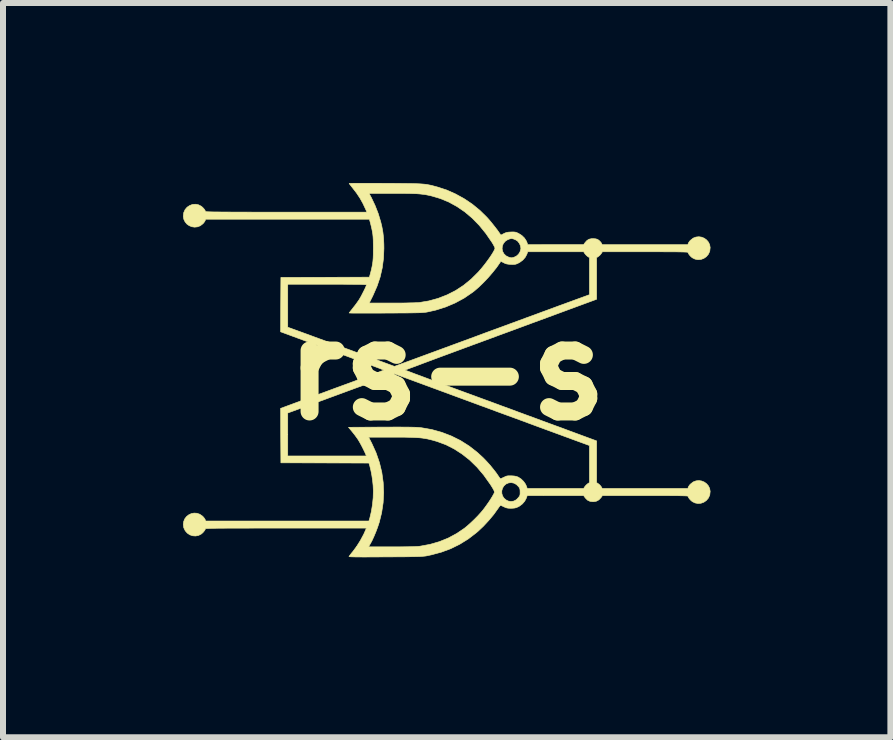
<source format=kicad_pcb>
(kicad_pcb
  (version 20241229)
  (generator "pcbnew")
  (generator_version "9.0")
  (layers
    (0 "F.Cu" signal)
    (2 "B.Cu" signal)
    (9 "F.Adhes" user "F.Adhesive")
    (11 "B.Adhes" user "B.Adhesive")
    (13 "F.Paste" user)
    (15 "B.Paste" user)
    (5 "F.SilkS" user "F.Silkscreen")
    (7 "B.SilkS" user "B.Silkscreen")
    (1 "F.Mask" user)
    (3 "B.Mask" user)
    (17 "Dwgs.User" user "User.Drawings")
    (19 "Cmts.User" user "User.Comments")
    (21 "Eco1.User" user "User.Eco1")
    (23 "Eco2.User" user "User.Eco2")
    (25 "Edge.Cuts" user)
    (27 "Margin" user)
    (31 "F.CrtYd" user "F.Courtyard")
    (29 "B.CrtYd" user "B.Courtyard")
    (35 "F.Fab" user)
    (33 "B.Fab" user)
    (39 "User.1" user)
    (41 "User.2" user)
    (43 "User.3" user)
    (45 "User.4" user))
  (footprint "rs-s"
    (layer "F.Cu")
    (at 4.396 3.119)
    (property "Reference" "rs-s" (at 0 0 0) (layer "F.SilkS") (effects (font (size 1.524 1.524) (thickness 0.3))))
    (attr through_hole)
    (fp_poly (pts (xy -1.288 -3.114) (xy -1.198 -3.114) (xy -1.103 -3.114) (xy -1.022 -3.113) (xy -0.902 -3.113) (xy -0.797 -3.112) (xy -0.706 -3.111) (xy -0.627 -3.11) (xy -0.56 -3.109) (xy -0.502 -3.107) (xy -0.452 -3.105) (xy -0.409 -3.102) (xy -0.372 -3.099) (xy -0.338 -3.095) (xy -0.306 -3.089) (xy -0.275 -3.083) (xy -0.244 -3.076) (xy -0.211 -3.067) (xy -0.174 -3.057) (xy -0.155 -3.052) (xy -0.004 -3.003) (xy 0.145 -2.937) (xy 0.289 -2.858) (xy 0.426 -2.766) (xy 0.553 -2.662) (xy 0.669 -2.548) (xy 0.703 -2.51) (xy 0.736 -2.471) (xy 0.773 -2.425) (xy 0.811 -2.377) (xy 0.846 -2.331) (xy 0.875 -2.29) (xy 0.889 -2.27) (xy 0.902 -2.25) (xy 0.949 -2.274) (xy 0.976 -2.287) (xy 1.002 -2.295) (xy 1.033 -2.3) (xy 1.07 -2.302) (xy 1.107 -2.303) (xy 1.134 -2.301) (xy 1.156 -2.297) (xy 1.179 -2.287) (xy 1.198 -2.278) (xy 1.252 -2.244) (xy 1.296 -2.201) (xy 1.328 -2.151) (xy 1.336 -2.132) (xy 1.35 -2.091) (xy 1.816 -2.092) (xy 2.282 -2.092) (xy 2.307 -2.127) (xy 2.338 -2.161) (xy 2.372 -2.182) (xy 2.414 -2.191) (xy 2.448 -2.191) (xy 2.483 -2.188) (xy 2.508 -2.181) (xy 2.529 -2.169) (xy 2.535 -2.165) (xy 2.557 -2.144) (xy 2.575 -2.122) (xy 2.578 -2.116) (xy 2.591 -2.091) (xy 4.02 -2.091) (xy 4.025 -2.111) (xy 4.034 -2.128) (xy 4.05 -2.151) (xy 4.065 -2.166) (xy 4.108 -2.2) (xy 4.155 -2.218) (xy 4.203 -2.223) (xy 4.249 -2.216) (xy 4.293 -2.198) (xy 4.331 -2.17) (xy 4.361 -2.135) (xy 4.382 -2.092) (xy 4.391 -2.043) (xy 4.385 -1.99) (xy 4.383 -1.979) (xy 4.361 -1.931) (xy 4.327 -1.891) (xy 4.285 -1.862) (xy 4.238 -1.845) (xy 4.188 -1.841) (xy 4.139 -1.85) (xy 4.092 -1.873) (xy 4.09 -1.875) (xy 4.067 -1.895) (xy 4.045 -1.919) (xy 4.029 -1.942) (xy 4.022 -1.96) (xy 4.022 -1.962) (xy 4.019 -1.964) (xy 4.01 -1.965) (xy 3.995 -1.967) (xy 3.972 -1.968) (xy 3.94 -1.969) (xy 3.898 -1.97) (xy 3.846 -1.971) (xy 3.782 -1.972) (xy 3.705 -1.972) (xy 3.615 -1.972) (xy 3.51 -1.973) (xy 3.39 -1.973) (xy 3.308 -1.973) (xy 2.595 -1.973) (xy 2.576 -1.943) (xy 2.555 -1.918) (xy 2.53 -1.896) (xy 2.527 -1.894) (xy 2.498 -1.875) (xy 2.498 -1.528) (xy 2.498 -1.181) (xy 2.153 -1.054) (xy 2.105 -1.036) (xy 2.042 -1.013) (xy 1.966 -0.985) (xy 1.877 -0.952) (xy 1.777 -0.915) (xy 1.668 -0.875) (xy 1.549 -0.831) (xy 1.423 -0.785) (xy 1.291 -0.736) (xy 1.153 -0.685) (xy 1.012 -0.633) (xy 0.867 -0.58) (xy 0.722 -0.526) (xy 0.575 -0.472) (xy 0.557 -0.465) (xy 0.417 -0.414) (xy 0.282 -0.364) (xy 0.152 -0.316) (xy 0.028 -0.27) (xy -0.089 -0.227) (xy -0.199 -0.186) (xy -0.299 -0.149) (xy -0.39 -0.115) (xy -0.471 -0.084) (xy -0.541 -0.058) (xy -0.599 -0.037) (xy -0.644 -0.02) (xy -0.675 -0.008) (xy -0.691 -0.001) (xy -0.694 0) (xy -0.686 0.003) (xy -0.663 0.012) (xy -0.626 0.026) (xy -0.576 0.045) (xy -0.513 0.069) (xy -0.439 0.096) (xy -0.354 0.128) (xy -0.26 0.163) (xy -0.156 0.201) (xy -0.045 0.243) (xy 0.074 0.287) (xy 0.199 0.333) (xy 0.329 0.381) (xy 0.464 0.43) (xy 0.485 0.438) (xy 0.629 0.491) (xy 0.774 0.544) (xy 0.919 0.598) (xy 1.062 0.65) (xy 1.201 0.702) (xy 1.337 0.752) (xy 1.466 0.799) (xy 1.589 0.845) (xy 1.703 0.887) (xy 1.807 0.925) (xy 1.901 0.959) (xy 1.981 0.989) (xy 2.048 1.014) (xy 2.081 1.026) (xy 2.498 1.18) (xy 2.498 1.528) (xy 2.498 1.875) (xy 2.528 1.895) (xy 2.552 1.915) (xy 2.573 1.94) (xy 2.575 1.944) (xy 2.592 1.973) (xy 4.02 1.973) (xy 4.025 1.953) (xy 4.034 1.936) (xy 4.05 1.913) (xy 4.065 1.898) (xy 4.108 1.864) (xy 4.155 1.846) (xy 4.203 1.841) (xy 4.249 1.848) (xy 4.293 1.866) (xy 4.331 1.894) (xy 4.361 1.929) (xy 4.382 1.972) (xy 4.391 2.021) (xy 4.385 2.074) (xy 4.383 2.085) (xy 4.361 2.133) (xy 4.327 2.173) (xy 4.285 2.202) (xy 4.238 2.219) (xy 4.188 2.223) (xy 4.139 2.214) (xy 4.092 2.191) (xy 4.09 2.189) (xy 4.067 2.169) (xy 4.045 2.145) (xy 4.029 2.122) (xy 4.022 2.104) (xy 4.022 2.102) (xy 4.019 2.1) (xy 4.01 2.099) (xy 3.995 2.097) (xy 3.972 2.096) (xy 3.94 2.095) (xy 3.898 2.094) (xy 3.846 2.093) (xy 3.782 2.093) (xy 3.705 2.092) (xy 3.615 2.092) (xy 3.511 2.092) (xy 3.391 2.092) (xy 3.308 2.092) (xy 2.595 2.092) (xy 2.57 2.127) (xy 2.535 2.163) (xy 2.494 2.185) (xy 2.445 2.193) (xy 2.438 2.193) (xy 2.388 2.187) (xy 2.346 2.167) (xy 2.311 2.132) (xy 2.307 2.127) (xy 2.282 2.092) (xy 1.812 2.092) (xy 1.342 2.091) (xy 1.326 2.135) (xy 1.3 2.184) (xy 1.261 2.23) (xy 1.212 2.267) (xy 1.19 2.279) (xy 1.159 2.292) (xy 1.132 2.299) (xy 1.1 2.302) (xy 1.07 2.303) (xy 1.032 2.302) (xy 1.004 2.298) (xy 0.979 2.29) (xy 0.952 2.278) (xy 0.925 2.265) (xy 0.906 2.256) (xy 0.897 2.252) (xy 0.89 2.259) (xy 0.876 2.276) (xy 0.859 2.301) (xy 0.853 2.309) (xy 0.783 2.407) (xy 0.701 2.505) (xy 0.612 2.601) (xy 0.52 2.688) (xy 0.489 2.714) (xy 0.356 2.816) (xy 0.215 2.903) (xy 0.067 2.976) (xy -0.089 3.034) (xy -0.256 3.079) (xy -0.318 3.092) (xy -0.336 3.096) (xy -0.354 3.099) (xy -0.373 3.101) (xy -0.395 3.103) (xy -0.42 3.105) (xy -0.451 3.107) (xy -0.488 3.108) (xy -0.532 3.109) (xy -0.586 3.11) (xy -0.65 3.111) (xy -0.725 3.112) (xy -0.814 3.112) (xy -0.917 3.113) (xy -1.023 3.113) (xy -1.143 3.114) (xy -1.246 3.114) (xy -1.335 3.115) (xy -1.409 3.115) (xy -1.471 3.114) (xy -1.521 3.114) (xy -1.56 3.113) (xy -1.589 3.112) (xy -1.61 3.111) (xy -1.623 3.109) (xy -1.629 3.107) (xy -1.629 3.106) (xy -1.621 3.095) (xy -1.605 3.074) (xy -1.584 3.047) (xy -1.57 3.031) (xy -1.507 2.946) (xy -1.303 2.946) (xy -0.916 2.946) (xy -0.81 2.946) (xy -0.72 2.945) (xy -0.644 2.944) (xy -0.581 2.943) (xy -0.529 2.941) (xy -0.487 2.939) (xy -0.453 2.936) (xy -0.439 2.934) (xy -0.277 2.904) (xy -0.122 2.859) (xy 0.026 2.799) (xy 0.167 2.723) (xy 0.294 2.637) (xy 0.344 2.596) (xy 0.401 2.545) (xy 0.46 2.489) (xy 0.517 2.431) (xy 0.568 2.375) (xy 0.597 2.341) (xy 0.631 2.297) (xy 0.665 2.25) (xy 0.699 2.202) (xy 0.73 2.155) (xy 0.756 2.113) (xy 0.777 2.076) (xy 0.791 2.049) (xy 0.796 2.032) (xy 0.796 2.032) (xy 0.791 2.015) (xy 0.791 2.014) (xy 0.917 2.014) (xy 0.919 2.059) (xy 0.932 2.1) (xy 0.956 2.136) (xy 0.989 2.164) (xy 1.027 2.183) (xy 1.069 2.19) (xy 1.114 2.184) (xy 1.146 2.169) (xy 1.167 2.154) (xy 1.189 2.131) (xy 1.197 2.122) (xy 1.212 2.102) (xy 1.22 2.084) (xy 1.223 2.061) (xy 1.223 2.033) (xy 1.222 2) (xy 1.218 1.977) (xy 1.209 1.958) (xy 1.199 1.944) (xy 1.162 1.907) (xy 1.12 1.884) (xy 1.075 1.875) (xy 1.031 1.88) (xy 0.989 1.898) (xy 0.954 1.929) (xy 0.93 1.968) (xy 0.917 2.014) (xy 0.791 2.014) (xy 0.777 1.986) (xy 0.754 1.947) (xy 0.723 1.898) (xy 0.721 1.896) (xy 0.617 1.75) (xy 0.505 1.618) (xy 0.386 1.502) (xy 0.259 1.401) (xy 0.126 1.315) (xy -0.013 1.244) (xy -0.159 1.19) (xy -0.235 1.168) (xy -0.279 1.157) (xy -0.321 1.147) (xy -0.363 1.14) (xy -0.405 1.133) (xy -0.451 1.128) (xy -0.502 1.125) (xy -0.56 1.122) (xy -0.627 1.12) (xy -0.705 1.118) (xy -0.796 1.118) (xy -0.901 1.118) (xy -0.914 1.118) (xy -1.302 1.118) (xy -1.249 1.221) (xy -1.178 1.378) (xy -1.122 1.54) (xy -1.082 1.705) (xy -1.059 1.872) (xy -1.051 2.041) (xy -1.06 2.21) (xy -1.085 2.377) (xy -1.126 2.542) (xy -1.127 2.544) (xy -1.152 2.619) (xy -1.181 2.696) (xy -1.212 2.77) (xy -1.243 2.838) (xy -1.266 2.881) (xy -1.303 2.946) (xy -1.507 2.946) (xy -1.503 2.941) (xy -1.44 2.841) (xy -1.383 2.735) (xy -1.352 2.665) (xy -1.339 2.633) (xy -2.68 2.633) (xy -2.861 2.633) (xy -3.026 2.633) (xy -3.175 2.633) (xy -3.309 2.634) (xy -3.429 2.634) (xy -3.536 2.634) (xy -3.63 2.634) (xy -3.712 2.635) (xy -3.783 2.635) (xy -3.842 2.636) (xy -3.892 2.637) (xy -3.933 2.638) (xy -3.965 2.639) (xy -3.989 2.64) (xy -4.006 2.641) (xy -4.017 2.642) (xy -4.021 2.644) (xy -4.022 2.644) (xy -4.028 2.661) (xy -4.043 2.683) (xy -4.064 2.708) (xy -4.087 2.728) (xy -4.09 2.731) (xy -4.136 2.755) (xy -4.186 2.765) (xy -4.236 2.761) (xy -4.283 2.745) (xy -4.325 2.716) (xy -4.359 2.677) (xy -4.382 2.629) (xy -4.383 2.626) (xy -4.391 2.572) (xy -4.384 2.523) (xy -4.366 2.479) (xy -4.337 2.441) (xy -4.3 2.412) (xy -4.258 2.392) (xy -4.211 2.383) (xy -4.164 2.386) (xy -4.117 2.402) (xy -4.073 2.432) (xy -4.065 2.439) (xy -4.045 2.462) (xy -4.03 2.484) (xy -4.025 2.495) (xy -4.02 2.515) (xy -1.297 2.515) (xy -1.282 2.466) (xy -1.257 2.36) (xy -1.238 2.245) (xy -1.226 2.127) (xy -1.223 2.013) (xy -1.227 1.923) (xy -1.236 1.837) (xy -1.249 1.75) (xy -1.265 1.669) (xy -1.282 1.599) (xy -1.282 1.598) (xy -1.297 1.549) (xy -2.764 1.545) (xy -2.767 1.092) (xy -2.768 0.715) (xy -2.65 0.715) (xy -2.65 1.073) (xy -2.65 1.431) (xy -1.339 1.431) (xy -1.352 1.399) (xy -1.37 1.359) (xy -1.393 1.312) (xy -1.419 1.261) (xy -1.445 1.213) (xy -1.469 1.172) (xy -1.484 1.148) (xy -1.505 1.119) (xy -1.532 1.082) (xy -1.562 1.044) (xy -1.578 1.024) (xy -1.637 0.953) (xy -1.083 0.95) (xy -0.968 0.95) (xy -0.869 0.949) (xy -0.783 0.949) (xy -0.71 0.95) (xy -0.649 0.95) (xy -0.596 0.951) (xy -0.553 0.952) (xy -0.516 0.953) (xy -0.484 0.955) (xy -0.456 0.957) (xy -0.43 0.96) (xy -0.419 0.961) (xy -0.248 0.991) (xy -0.083 1.037) (xy 0.076 1.098) (xy 0.229 1.174) (xy 0.373 1.265) (xy 0.509 1.371) (xy 0.606 1.46) (xy 0.663 1.519) (xy 0.72 1.582) (xy 0.773 1.647) (xy 0.821 1.708) (xy 0.859 1.763) (xy 0.862 1.767) (xy 0.878 1.791) (xy 0.89 1.807) (xy 0.895 1.812) (xy 0.904 1.808) (xy 0.925 1.799) (xy 0.951 1.786) (xy 0.953 1.786) (xy 0.98 1.773) (xy 1.002 1.765) (xy 1.025 1.762) (xy 1.055 1.762) (xy 1.081 1.762) (xy 1.125 1.765) (xy 1.157 1.771) (xy 1.185 1.781) (xy 1.196 1.786) (xy 1.241 1.816) (xy 1.281 1.855) (xy 1.312 1.899) (xy 1.326 1.929) (xy 1.342 1.973) (xy 1.812 1.973) (xy 2.282 1.973) (xy 2.301 1.943) (xy 2.322 1.918) (xy 2.347 1.896) (xy 2.349 1.894) (xy 2.379 1.875) (xy 2.379 1.566) (xy 2.379 1.257) (xy 2.081 1.148) (xy 2.039 1.132) (xy 1.983 1.112) (xy 1.913 1.086) (xy 1.831 1.056) (xy 1.736 1.021) (xy 1.632 0.983) (xy 1.518 0.941) (xy 1.396 0.896) (xy 1.267 0.848) (xy 1.131 0.798) (xy 0.991 0.747) (xy 0.846 0.694) (xy 0.699 0.639) (xy 0.55 0.585) (xy 0.456 0.55) (xy -0.871 0.061) (xy -1.415 0.262) (xy -1.52 0.3) (xy -1.629 0.34) (xy -1.74 0.381) (xy -1.851 0.422) (xy -1.96 0.462) (xy -2.062 0.5) (xy -2.157 0.534) (xy -2.24 0.565) (xy -2.305 0.589) (xy -2.65 0.715) (xy -2.768 0.715) (xy -2.769 0.638) (xy -2.339 0.479) (xy -2.238 0.442) (xy -2.125 0.4) (xy -2.004 0.356) (xy -1.881 0.31) (xy -1.758 0.265) (xy -1.64 0.222) (xy -1.532 0.182) (xy -1.48 0.162) (xy -1.399 0.133) (xy -1.323 0.104) (xy -1.253 0.078) (xy -1.191 0.055) (xy -1.139 0.035) (xy -1.097 0.019) (xy -1.068 0.008) (xy -1.052 0.001) (xy -1.05 -0.000261) (xy -1.058 -0.004) (xy -1.08 -0.013) (xy -1.115 -0.027) (xy -1.162 -0.045) (xy -1.219 -0.066) (xy -1.285 -0.091) (xy -1.359 -0.118) (xy -1.438 -0.148) (xy -1.501 -0.171) (xy -1.602 -0.209) (xy -1.713 -0.25) (xy -1.83 -0.293) (xy -1.95 -0.337) (xy -2.068 -0.38) (xy -2.18 -0.422) (xy -2.284 -0.46) (xy -2.36 -0.488) (xy -2.769 -0.639) (xy -2.767 -1.092) (xy -2.765 -1.431) (xy -2.65 -1.431) (xy -2.65 -0.715) (xy -2.292 -0.585) (xy -2.217 -0.557) (xy -2.13 -0.525) (xy -2.031 -0.489) (xy -1.925 -0.45) (xy -1.815 -0.409) (xy -1.702 -0.368) (xy -1.59 -0.327) (xy -1.482 -0.287) (xy -1.403 -0.258) (xy -0.871 -0.062) (xy 0.477 -0.558) (xy 0.627 -0.614) (xy 0.776 -0.669) (xy 0.922 -0.722) (xy 1.065 -0.775) (xy 1.204 -0.826) (xy 1.336 -0.875) (xy 1.463 -0.921) (xy 1.581 -0.965) (xy 1.691 -1.005) (xy 1.791 -1.042) (xy 1.88 -1.075) (xy 1.958 -1.103) (xy 2.022 -1.127) (xy 2.073 -1.145) (xy 2.102 -1.156) (xy 2.379 -1.257) (xy 2.379 -1.566) (xy 2.379 -1.875) (xy 2.349 -1.894) (xy 2.325 -1.915) (xy 2.303 -1.94) (xy 2.301 -1.943) (xy 2.282 -1.973) (xy 1.816 -1.973) (xy 1.35 -1.973) (xy 1.336 -1.932) (xy 1.309 -1.881) (xy 1.269 -1.835) (xy 1.218 -1.797) (xy 1.198 -1.786) (xy 1.171 -1.773) (xy 1.148 -1.765) (xy 1.125 -1.762) (xy 1.096 -1.761) (xy 1.07 -1.762) (xy 1.029 -1.765) (xy 0.998 -1.77) (xy 0.973 -1.778) (xy 0.949 -1.79) (xy 0.902 -1.814) (xy 0.889 -1.794) (xy 0.832 -1.712) (xy 0.764 -1.627) (xy 0.691 -1.542) (xy 0.614 -1.461) (xy 0.537 -1.386) (xy 0.463 -1.322) (xy 0.431 -1.297) (xy 0.289 -1.2) (xy 0.139 -1.119) (xy -0.019 -1.052) (xy -0.184 -1) (xy -0.309 -0.972) (xy -0.328 -0.968) (xy -0.346 -0.965) (xy -0.365 -0.963) (xy -0.387 -0.961) (xy -0.413 -0.959) (xy -0.443 -0.957) (xy -0.48 -0.956) (xy -0.525 -0.955) (xy -0.579 -0.954) (xy -0.644 -0.953) (xy -0.72 -0.952) (xy -0.809 -0.952) (xy -0.913 -0.951) (xy -1.014 -0.951) (xy -1.114 -0.95) (xy -1.209 -0.95) (xy -1.298 -0.95) (xy -1.378 -0.95) (xy -1.45 -0.95) (xy -1.511 -0.95) (xy -1.561 -0.95) (xy -1.597 -0.951) (xy -1.619 -0.952) (xy -1.626 -0.952) (xy -1.621 -0.96) (xy -1.607 -0.979) (xy -1.586 -1.005) (xy -1.561 -1.037) (xy -1.556 -1.044) (xy -1.524 -1.084) (xy -1.493 -1.127) (xy -1.464 -1.168) (xy -1.446 -1.198) (xy -1.426 -1.233) (xy -1.406 -1.272) (xy -1.385 -1.313) (xy -1.366 -1.351) (xy -1.351 -1.384) (xy -1.341 -1.409) (xy -1.338 -1.422) (xy -1.343 -1.423) (xy -1.36 -1.425) (xy -1.389 -1.426) (xy -1.43 -1.428) (xy -1.485 -1.429) (xy -1.553 -1.429) (xy -1.636 -1.43) (xy -1.734 -1.431) (xy -1.848 -1.431) (xy -1.978 -1.431) (xy -1.994 -1.431) (xy -2.65 -1.431) (xy -2.765 -1.431) (xy -2.764 -1.545) (xy -2.027 -1.547) (xy -1.289 -1.549) (xy -1.271 -1.615) (xy -1.256 -1.673) (xy -1.245 -1.724) (xy -1.236 -1.771) (xy -1.23 -1.818) (xy -1.226 -1.868) (xy -1.224 -1.926) (xy -1.224 -1.995) (xy -1.223 -2.032) (xy -1.224 -2.108) (xy -1.225 -2.171) (xy -1.228 -2.224) (xy -1.233 -2.272) (xy -1.241 -2.318) (xy -1.251 -2.367) (xy -1.264 -2.421) (xy -1.271 -2.449) (xy -1.289 -2.515) (xy -4.02 -2.515) (xy -4.025 -2.495) (xy -4.034 -2.478) (xy -4.05 -2.455) (xy -4.065 -2.439) (xy -4.108 -2.406) (xy -4.155 -2.388) (xy -4.203 -2.383) (xy -4.249 -2.39) (xy -4.293 -2.408) (xy -4.331 -2.435) (xy -4.361 -2.471) (xy -4.382 -2.514) (xy -4.391 -2.563) (xy -4.385 -2.616) (xy -4.383 -2.626) (xy -4.361 -2.675) (xy -4.327 -2.715) (xy -4.285 -2.743) (xy -4.238 -2.761) (xy -4.188 -2.765) (xy -4.139 -2.756) (xy -4.092 -2.732) (xy -4.09 -2.731) (xy -4.067 -2.711) (xy -4.045 -2.687) (xy -4.029 -2.664) (xy -4.022 -2.646) (xy -4.022 -2.644) (xy -4.019 -2.643) (xy -4.011 -2.641) (xy -3.997 -2.64) (xy -3.976 -2.639) (xy -3.947 -2.638) (xy -3.91 -2.637) (xy -3.864 -2.636) (xy -3.808 -2.636) (xy -3.742 -2.635) (xy -3.665 -2.635) (xy -3.576 -2.634) (xy -3.474 -2.634) (xy -3.36 -2.634) (xy -3.231 -2.633) (xy -3.088 -2.633) (xy -2.93 -2.633) (xy -2.756 -2.633) (xy -2.676 -2.633) (xy -1.33 -2.633) (xy -1.351 -2.68) (xy -1.397 -2.778) (xy -1.445 -2.864) (xy -1.498 -2.944) (xy -1.499 -2.946) (xy -1.295 -2.946) (xy -1.253 -2.868) (xy -1.194 -2.743) (xy -1.141 -2.607) (xy -1.099 -2.467) (xy -1.081 -2.392) (xy -1.064 -2.299) (xy -1.053 -2.202) (xy -1.048 -2.098) (xy -1.047 -2.028) (xy -1.054 -1.862) (xy -1.075 -1.704) (xy -1.11 -1.551) (xy -1.161 -1.4) (xy -1.227 -1.249) (xy -1.236 -1.23) (xy -1.292 -1.118) (xy -0.915 -1.118) (xy -0.833 -1.118) (xy -0.754 -1.118) (xy -0.68 -1.119) (xy -0.613 -1.121) (xy -0.554 -1.122) (xy -0.507 -1.124) (xy -0.474 -1.125) (xy -0.461 -1.126) (xy -0.299 -1.153) (xy -0.143 -1.196) (xy 0.006 -1.254) (xy 0.148 -1.326) (xy 0.282 -1.414) (xy 0.408 -1.517) (xy 0.526 -1.634) (xy 0.588 -1.706) (xy 0.633 -1.762) (xy 0.675 -1.818) (xy 0.714 -1.872) (xy 0.747 -1.921) (xy 0.774 -1.965) (xy 0.793 -2) (xy 0.802 -2.022) (xy 0.923 -2.022) (xy 0.932 -1.978) (xy 0.954 -1.938) (xy 0.988 -1.905) (xy 1.03 -1.884) (xy 1.059 -1.875) (xy 1.081 -1.872) (xy 1.105 -1.876) (xy 1.119 -1.88) (xy 1.161 -1.9) (xy 1.197 -1.932) (xy 1.222 -1.973) (xy 1.235 -2.017) (xy 1.236 -2.032) (xy 1.229 -2.073) (xy 1.21 -2.114) (xy 1.183 -2.148) (xy 1.178 -2.153) (xy 1.151 -2.17) (xy 1.119 -2.184) (xy 1.088 -2.192) (xy 1.079 -2.193) (xy 1.05 -2.187) (xy 1.016 -2.174) (xy 0.984 -2.154) (xy 0.976 -2.148) (xy 0.944 -2.11) (xy 0.927 -2.067) (xy 0.923 -2.022) (xy 0.802 -2.022) (xy 0.803 -2.025) (xy 0.804 -2.033) (xy 0.8 -2.047) (xy 0.788 -2.071) (xy 0.771 -2.102) (xy 0.754 -2.13) (xy 0.652 -2.278) (xy 0.543 -2.412) (xy 0.426 -2.532) (xy 0.302 -2.637) (xy 0.17 -2.727) (xy 0.033 -2.802) (xy -0.111 -2.861) (xy -0.238 -2.899) (xy -0.281 -2.91) (xy -0.321 -2.918) (xy -0.361 -2.926) (xy -0.403 -2.931) (xy -0.447 -2.936) (xy -0.497 -2.94) (xy -0.554 -2.942) (xy -0.62 -2.944) (xy -0.697 -2.945) (xy -0.787 -2.946) (xy -0.891 -2.946) (xy -0.904 -2.946) (xy -1.295 -2.946) (xy -1.499 -2.946) (xy -1.559 -3.024) (xy -1.559 -3.024) (xy -1.584 -3.056) (xy -1.605 -3.083) (xy -1.62 -3.102) (xy -1.626 -3.111) (xy -1.626 -3.112) (xy -1.617 -3.112) (xy -1.594 -3.113) (xy -1.555 -3.114) (xy -1.504 -3.114) (xy -1.442 -3.114) (xy -1.369 -3.114) (xy -1.288 -3.114)) (stroke (width 0.01) (type solid)) (fill yes) (layer "F.SilkS")))
  (gr_rect
    (start -3 -3)
    (end 11.791 9.239)
    (stroke (width 0.1) (type default))
    (fill no)
    (layer "Edge.Cuts")))
</source>
